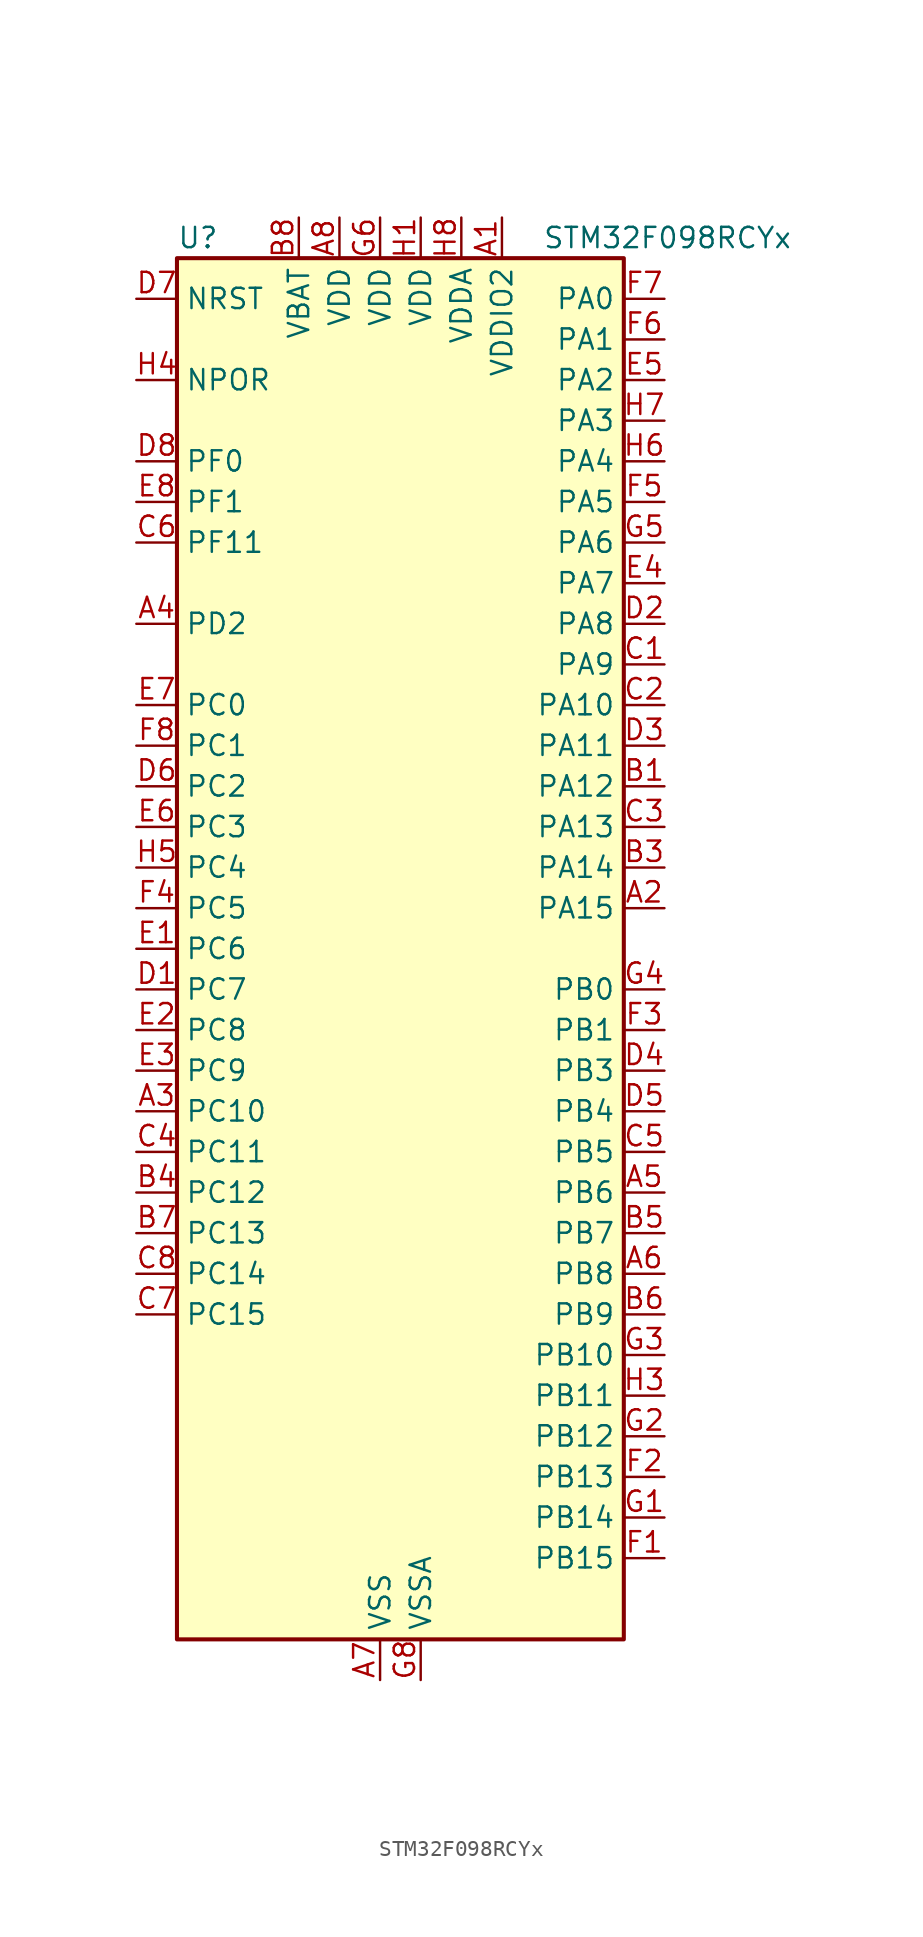
<source format=kicad_sym>
(kicad_symbol_lib
  (version 20220914)
  (generator kicad_symbol_editor)
  (symbol "STM32F098RCYx"
    (property "Reference" "U"
      (at -12.7 44.45 0)
      (effects (font (size 1.27 1.27)) (justify left)))
    (property "Value" "STM32F098RCYx"
      (at 10.16 44.45 0)
      (effects (font (size 1.27 1.27)) (justify left)))
    (property "ki_locked" ""
      (at 0 0 0)
      (effects (font (size 1.27 1.27))))
    (symbol "STM32F098RCYx_0_1"
      (rectangle (start -12.7 -43.18) (end 15.24 43.18) (stroke (width 0.254) (type default)) (fill (type background))))
    (symbol "STM32F098RCYx_1_1"
      (pin power_in line (at 7.62 45.72 270) (length 2.54) (name "VDDIO2" (effects (font (size 1.27 1.27)))) (number "A1" (effects (font (size 1.27 1.27)))))
      (pin bidirectional line (at 17.78 2.54 180) (length 2.54) (name "PA15" (effects (font (size 1.27 1.27)))) (number "A2" (effects (font (size 1.27 1.27)))) (alternate "I2S1_WS" bidirectional line) (alternate "SPI1_NSS" bidirectional line) (alternate "TIM2_CH1" bidirectional line) (alternate "TIM2_ETR" bidirectional line) (alternate "USART2_RX" bidirectional line) (alternate "USART4_DE" bidirectional line) (alternate "USART4_RTS" bidirectional line))
      (pin bidirectional line (at -15.24 -10.16 0) (length 2.54) (name "PC10" (effects (font (size 1.27 1.27)))) (number "A3" (effects (font (size 1.27 1.27)))) (alternate "USART3_TX" bidirectional line) (alternate "USART4_TX" bidirectional line))
      (pin bidirectional line (at -15.24 20.32 0) (length 2.54) (name "PD2" (effects (font (size 1.27 1.27)))) (number "A4" (effects (font (size 1.27 1.27)))) (alternate "TIM3_ETR" bidirectional line) (alternate "USART3_DE" bidirectional line) (alternate "USART3_RTS" bidirectional line) (alternate "USART5_RX" bidirectional line))
      (pin bidirectional line (at 17.78 -15.24 180) (length 2.54) (name "PB6" (effects (font (size 1.27 1.27)))) (number "A5" (effects (font (size 1.27 1.27)))) (alternate "I2C1_SCL" bidirectional line) (alternate "TIM16_CH1N" bidirectional line) (alternate "TSC_G5_IO3" bidirectional line) (alternate "USART1_TX" bidirectional line))
      (pin bidirectional line (at 17.78 -20.32 180) (length 2.54) (name "PB8" (effects (font (size 1.27 1.27)))) (number "A6" (effects (font (size 1.27 1.27)))) (alternate "CAN_RX" bidirectional line) (alternate "CEC" bidirectional line) (alternate "I2C1_SCL" bidirectional line) (alternate "TIM16_CH1" bidirectional line) (alternate "TSC_SYNC" bidirectional line))
      (pin power_in line (at 0 -45.72 90) (length 2.54) (name "VSS" (effects (font (size 1.27 1.27)))) (number "A7" (effects (font (size 1.27 1.27)))))
      (pin power_in line (at -2.54 45.72 270) (length 2.54) (name "VDD" (effects (font (size 1.27 1.27)))) (number "A8" (effects (font (size 1.27 1.27)))))
      (pin bidirectional line (at 17.78 10.16 180) (length 2.54) (name "PA12" (effects (font (size 1.27 1.27)))) (number "B1" (effects (font (size 1.27 1.27)))) (alternate "CAN_TX" bidirectional line) (alternate "COMP2_OUT" bidirectional line) (alternate "I2C2_SDA" bidirectional line) (alternate "TIM1_ETR" bidirectional line) (alternate "TSC_G4_IO4" bidirectional line) (alternate "USART1_DE" bidirectional line) (alternate "USART1_RTS" bidirectional line))
      (pin passive line (at 0 -45.72 90) (length 2.54) hide (name "VSS" (effects (font (size 1.27 1.27)))) (number "B2" (effects (font (size 1.27 1.27)))))
      (pin bidirectional line (at 17.78 5.08 180) (length 2.54) (name "PA14" (effects (font (size 1.27 1.27)))) (number "B3" (effects (font (size 1.27 1.27)))) (alternate "SYS_SWCLK" bidirectional line) (alternate "USART2_TX" bidirectional line))
      (pin bidirectional line (at -15.24 -15.24 0) (length 2.54) (name "PC12" (effects (font (size 1.27 1.27)))) (number "B4" (effects (font (size 1.27 1.27)))) (alternate "USART3_CK" bidirectional line) (alternate "USART4_CK" bidirectional line) (alternate "USART5_TX" bidirectional line))
      (pin bidirectional line (at 17.78 -17.78 180) (length 2.54) (name "PB7" (effects (font (size 1.27 1.27)))) (number "B5" (effects (font (size 1.27 1.27)))) (alternate "I2C1_SDA" bidirectional line) (alternate "TIM17_CH1N" bidirectional line) (alternate "TSC_G5_IO4" bidirectional line) (alternate "USART1_RX" bidirectional line) (alternate "USART4_CTS" bidirectional line))
      (pin bidirectional line (at 17.78 -22.86 180) (length 2.54) (name "PB9" (effects (font (size 1.27 1.27)))) (number "B6" (effects (font (size 1.27 1.27)))) (alternate "CAN_TX" bidirectional line) (alternate "DAC_EXTI9" bidirectional line) (alternate "I2C1_SDA" bidirectional line) (alternate "I2S2_WS" bidirectional line) (alternate "IR_OUT" bidirectional line) (alternate "SPI2_NSS" bidirectional line) (alternate "TIM17_CH1" bidirectional line))
      (pin bidirectional line (at -15.24 -17.78 0) (length 2.54) (name "PC13" (effects (font (size 1.27 1.27)))) (number "B7" (effects (font (size 1.27 1.27)))) (alternate "RTC_OUT_ALARM" bidirectional line) (alternate "RTC_OUT_CALIB" bidirectional line) (alternate "RTC_TAMP1" bidirectional line) (alternate "RTC_TS" bidirectional line) (alternate "SYS_WKUP2" bidirectional line))
      (pin power_in line (at -5.08 45.72 270) (length 2.54) (name "VBAT" (effects (font (size 1.27 1.27)))) (number "B8" (effects (font (size 1.27 1.27)))))
      (pin bidirectional line (at 17.78 17.78 180) (length 2.54) (name "PA9" (effects (font (size 1.27 1.27)))) (number "C1" (effects (font (size 1.27 1.27)))) (alternate "DAC_EXTI9" bidirectional line) (alternate "I2C1_SCL" bidirectional line) (alternate "RCC_MCO" bidirectional line) (alternate "TIM15_BKIN" bidirectional line) (alternate "TIM1_CH2" bidirectional line) (alternate "TSC_G4_IO1" bidirectional line) (alternate "USART1_TX" bidirectional line))
      (pin bidirectional line (at 17.78 15.24 180) (length 2.54) (name "PA10" (effects (font (size 1.27 1.27)))) (number "C2" (effects (font (size 1.27 1.27)))) (alternate "I2C1_SDA" bidirectional line) (alternate "TIM17_BKIN" bidirectional line) (alternate "TIM1_CH3" bidirectional line) (alternate "TSC_G4_IO2" bidirectional line) (alternate "USART1_RX" bidirectional line))
      (pin bidirectional line (at 17.78 7.62 180) (length 2.54) (name "PA13" (effects (font (size 1.27 1.27)))) (number "C3" (effects (font (size 1.27 1.27)))) (alternate "IR_OUT" bidirectional line) (alternate "SYS_SWDIO" bidirectional line))
      (pin bidirectional line (at -15.24 -12.7 0) (length 2.54) (name "PC11" (effects (font (size 1.27 1.27)))) (number "C4" (effects (font (size 1.27 1.27)))) (alternate "USART3_RX" bidirectional line) (alternate "USART4_RX" bidirectional line))
      (pin bidirectional line (at 17.78 -12.7 180) (length 2.54) (name "PB5" (effects (font (size 1.27 1.27)))) (number "C5" (effects (font (size 1.27 1.27)))) (alternate "I2C1_SMBA" bidirectional line) (alternate "I2S1_SD" bidirectional line) (alternate "SPI1_MOSI" bidirectional line) (alternate "SYS_WKUP6" bidirectional line) (alternate "TIM16_BKIN" bidirectional line) (alternate "TIM3_CH2" bidirectional line) (alternate "USART5_CK" bidirectional line) (alternate "USART5_DE" bidirectional line) (alternate "USART5_RTS" bidirectional line))
      (pin bidirectional line (at -15.24 25.4 0) (length 2.54) (name "PF11" (effects (font (size 1.27 1.27)))) (number "C6" (effects (font (size 1.27 1.27)))))
      (pin bidirectional line (at -15.24 -22.86 0) (length 2.54) (name "PC15" (effects (font (size 1.27 1.27)))) (number "C7" (effects (font (size 1.27 1.27)))) (alternate "RCC_OSC32_OUT" bidirectional line))
      (pin bidirectional line (at -15.24 -20.32 0) (length 2.54) (name "PC14" (effects (font (size 1.27 1.27)))) (number "C8" (effects (font (size 1.27 1.27)))) (alternate "RCC_OSC32_IN" bidirectional line))
      (pin bidirectional line (at -15.24 -2.54 0) (length 2.54) (name "PC7" (effects (font (size 1.27 1.27)))) (number "D1" (effects (font (size 1.27 1.27)))) (alternate "TIM3_CH2" bidirectional line) (alternate "USART7_RX" bidirectional line))
      (pin bidirectional line (at 17.78 20.32 180) (length 2.54) (name "PA8" (effects (font (size 1.27 1.27)))) (number "D2" (effects (font (size 1.27 1.27)))) (alternate "CRS_SYNC" bidirectional line) (alternate "RCC_MCO" bidirectional line) (alternate "TIM1_CH1" bidirectional line) (alternate "USART1_CK" bidirectional line))
      (pin bidirectional line (at 17.78 12.7 180) (length 2.54) (name "PA11" (effects (font (size 1.27 1.27)))) (number "D3" (effects (font (size 1.27 1.27)))) (alternate "CAN_RX" bidirectional line) (alternate "COMP1_OUT" bidirectional line) (alternate "I2C2_SCL" bidirectional line) (alternate "TIM1_CH4" bidirectional line) (alternate "TSC_G4_IO3" bidirectional line) (alternate "USART1_CTS" bidirectional line))
      (pin bidirectional line (at 17.78 -7.62 180) (length 2.54) (name "PB3" (effects (font (size 1.27 1.27)))) (number "D4" (effects (font (size 1.27 1.27)))) (alternate "I2S1_CK" bidirectional line) (alternate "SPI1_SCK" bidirectional line) (alternate "TIM2_CH2" bidirectional line) (alternate "TSC_G5_IO1" bidirectional line) (alternate "USART5_TX" bidirectional line))
      (pin bidirectional line (at 17.78 -10.16 180) (length 2.54) (name "PB4" (effects (font (size 1.27 1.27)))) (number "D5" (effects (font (size 1.27 1.27)))) (alternate "I2S1_MCK" bidirectional line) (alternate "SPI1_MISO" bidirectional line) (alternate "TIM17_BKIN" bidirectional line) (alternate "TIM3_CH1" bidirectional line) (alternate "TSC_G5_IO2" bidirectional line) (alternate "USART5_RX" bidirectional line))
      (pin bidirectional line (at -15.24 10.16 0) (length 2.54) (name "PC2" (effects (font (size 1.27 1.27)))) (number "D6" (effects (font (size 1.27 1.27)))) (alternate "ADC_IN12" bidirectional line) (alternate "I2S2_MCK" bidirectional line) (alternate "SPI2_MISO" bidirectional line) (alternate "USART8_TX" bidirectional line))
      (pin input line (at -15.24 40.64 0) (length 2.54) (name "NRST" (effects (font (size 1.27 1.27)))) (number "D7" (effects (font (size 1.27 1.27)))))
      (pin bidirectional line (at -15.24 30.48 0) (length 2.54) (name "PF0" (effects (font (size 1.27 1.27)))) (number "D8" (effects (font (size 1.27 1.27)))) (alternate "CRS_SYNC" bidirectional line) (alternate "I2C1_SDA" bidirectional line) (alternate "RCC_OSC_IN" bidirectional line))
      (pin bidirectional line (at -15.24 0 0) (length 2.54) (name "PC6" (effects (font (size 1.27 1.27)))) (number "E1" (effects (font (size 1.27 1.27)))) (alternate "TIM3_CH1" bidirectional line) (alternate "USART7_TX" bidirectional line))
      (pin bidirectional line (at -15.24 -5.08 0) (length 2.54) (name "PC8" (effects (font (size 1.27 1.27)))) (number "E2" (effects (font (size 1.27 1.27)))) (alternate "TIM3_CH3" bidirectional line) (alternate "USART8_TX" bidirectional line))
      (pin bidirectional line (at -15.24 -7.62 0) (length 2.54) (name "PC9" (effects (font (size 1.27 1.27)))) (number "E3" (effects (font (size 1.27 1.27)))) (alternate "DAC_EXTI9" bidirectional line) (alternate "TIM3_CH4" bidirectional line) (alternate "USART8_RX" bidirectional line))
      (pin bidirectional line (at 17.78 22.86 180) (length 2.54) (name "PA7" (effects (font (size 1.27 1.27)))) (number "E4" (effects (font (size 1.27 1.27)))) (alternate "ADC_IN7" bidirectional line) (alternate "COMP2_OUT" bidirectional line) (alternate "I2S1_SD" bidirectional line) (alternate "SPI1_MOSI" bidirectional line) (alternate "TIM14_CH1" bidirectional line) (alternate "TIM17_CH1" bidirectional line) (alternate "TIM1_CH1N" bidirectional line) (alternate "TIM3_CH2" bidirectional line) (alternate "TSC_G2_IO4" bidirectional line))
      (pin bidirectional line (at 17.78 35.56 180) (length 2.54) (name "PA2" (effects (font (size 1.27 1.27)))) (number "E5" (effects (font (size 1.27 1.27)))) (alternate "ADC_IN2" bidirectional line) (alternate "COMP2_INM" bidirectional line) (alternate "COMP2_OUT" bidirectional line) (alternate "SYS_WKUP4" bidirectional line) (alternate "TIM15_CH1" bidirectional line) (alternate "TIM2_CH3" bidirectional line) (alternate "TSC_G1_IO3" bidirectional line) (alternate "USART2_TX" bidirectional line))
      (pin bidirectional line (at -15.24 7.62 0) (length 2.54) (name "PC3" (effects (font (size 1.27 1.27)))) (number "E6" (effects (font (size 1.27 1.27)))) (alternate "ADC_IN13" bidirectional line) (alternate "I2S2_SD" bidirectional line) (alternate "SPI2_MOSI" bidirectional line) (alternate "USART8_RX" bidirectional line))
      (pin bidirectional line (at -15.24 15.24 0) (length 2.54) (name "PC0" (effects (font (size 1.27 1.27)))) (number "E7" (effects (font (size 1.27 1.27)))) (alternate "ADC_IN10" bidirectional line) (alternate "USART6_TX" bidirectional line) (alternate "USART7_TX" bidirectional line))
      (pin bidirectional line (at -15.24 27.94 0) (length 2.54) (name "PF1" (effects (font (size 1.27 1.27)))) (number "E8" (effects (font (size 1.27 1.27)))) (alternate "I2C1_SCL" bidirectional line) (alternate "RCC_OSC_OUT" bidirectional line))
      (pin bidirectional line (at 17.78 -38.1 180) (length 2.54) (name "PB15" (effects (font (size 1.27 1.27)))) (number "F1" (effects (font (size 1.27 1.27)))) (alternate "I2S2_SD" bidirectional line) (alternate "RTC_REFIN" bidirectional line) (alternate "SPI2_MOSI" bidirectional line) (alternate "SYS_WKUP7" bidirectional line) (alternate "TIM15_CH1N" bidirectional line) (alternate "TIM15_CH2" bidirectional line) (alternate "TIM1_CH3N" bidirectional line))
      (pin bidirectional line (at 17.78 -33.02 180) (length 2.54) (name "PB13" (effects (font (size 1.27 1.27)))) (number "F2" (effects (font (size 1.27 1.27)))) (alternate "I2C2_SCL" bidirectional line) (alternate "I2S2_CK" bidirectional line) (alternate "SPI2_SCK" bidirectional line) (alternate "TIM1_CH1N" bidirectional line) (alternate "TSC_G6_IO3" bidirectional line) (alternate "USART3_CTS" bidirectional line))
      (pin bidirectional line (at 17.78 -5.08 180) (length 2.54) (name "PB1" (effects (font (size 1.27 1.27)))) (number "F3" (effects (font (size 1.27 1.27)))) (alternate "ADC_IN9" bidirectional line) (alternate "TIM14_CH1" bidirectional line) (alternate "TIM1_CH3N" bidirectional line) (alternate "TIM3_CH4" bidirectional line) (alternate "TSC_G3_IO3" bidirectional line) (alternate "USART3_DE" bidirectional line) (alternate "USART3_RTS" bidirectional line))
      (pin bidirectional line (at -15.24 2.54 0) (length 2.54) (name "PC5" (effects (font (size 1.27 1.27)))) (number "F4" (effects (font (size 1.27 1.27)))) (alternate "ADC_IN15" bidirectional line) (alternate "SYS_WKUP5" bidirectional line) (alternate "TSC_G3_IO1" bidirectional line) (alternate "USART3_RX" bidirectional line))
      (pin bidirectional line (at 17.78 27.94 180) (length 2.54) (name "PA5" (effects (font (size 1.27 1.27)))) (number "F5" (effects (font (size 1.27 1.27)))) (alternate "ADC_IN5" bidirectional line) (alternate "CEC" bidirectional line) (alternate "COMP1_INM" bidirectional line) (alternate "COMP2_INM" bidirectional line) (alternate "DAC_OUT2" bidirectional line) (alternate "I2S1_CK" bidirectional line) (alternate "SPI1_SCK" bidirectional line) (alternate "TIM2_CH1" bidirectional line) (alternate "TIM2_ETR" bidirectional line) (alternate "TSC_G2_IO2" bidirectional line) (alternate "USART6_RX" bidirectional line))
      (pin bidirectional line (at 17.78 38.1 180) (length 2.54) (name "PA1" (effects (font (size 1.27 1.27)))) (number "F6" (effects (font (size 1.27 1.27)))) (alternate "ADC_IN1" bidirectional line) (alternate "COMP1_INP" bidirectional line) (alternate "TIM15_CH1N" bidirectional line) (alternate "TIM2_CH2" bidirectional line) (alternate "TSC_G1_IO2" bidirectional line) (alternate "USART2_DE" bidirectional line) (alternate "USART2_RTS" bidirectional line) (alternate "USART4_RX" bidirectional line))
      (pin bidirectional line (at 17.78 40.64 180) (length 2.54) (name "PA0" (effects (font (size 1.27 1.27)))) (number "F7" (effects (font (size 1.27 1.27)))) (alternate "ADC_IN0" bidirectional line) (alternate "COMP1_INM" bidirectional line) (alternate "COMP1_OUT" bidirectional line) (alternate "RTC_TAMP2" bidirectional line) (alternate "SYS_WKUP1" bidirectional line) (alternate "TIM2_CH1" bidirectional line) (alternate "TIM2_ETR" bidirectional line) (alternate "TSC_G1_IO1" bidirectional line) (alternate "USART2_CTS" bidirectional line) (alternate "USART4_TX" bidirectional line))
      (pin bidirectional line (at -15.24 12.7 0) (length 2.54) (name "PC1" (effects (font (size 1.27 1.27)))) (number "F8" (effects (font (size 1.27 1.27)))) (alternate "ADC_IN11" bidirectional line) (alternate "USART6_RX" bidirectional line) (alternate "USART7_RX" bidirectional line))
      (pin bidirectional line (at 17.78 -35.56 180) (length 2.54) (name "PB14" (effects (font (size 1.27 1.27)))) (number "G1" (effects (font (size 1.27 1.27)))) (alternate "I2C2_SDA" bidirectional line) (alternate "I2S2_MCK" bidirectional line) (alternate "SPI2_MISO" bidirectional line) (alternate "TIM15_CH1" bidirectional line) (alternate "TIM1_CH2N" bidirectional line) (alternate "TSC_G6_IO4" bidirectional line) (alternate "USART3_DE" bidirectional line) (alternate "USART3_RTS" bidirectional line))
      (pin bidirectional line (at 17.78 -30.48 180) (length 2.54) (name "PB12" (effects (font (size 1.27 1.27)))) (number "G2" (effects (font (size 1.27 1.27)))) (alternate "I2S2_WS" bidirectional line) (alternate "SPI2_NSS" bidirectional line) (alternate "TIM15_BKIN" bidirectional line) (alternate "TIM1_BKIN" bidirectional line) (alternate "TSC_G6_IO2" bidirectional line) (alternate "USART3_CK" bidirectional line))
      (pin bidirectional line (at 17.78 -25.4 180) (length 2.54) (name "PB10" (effects (font (size 1.27 1.27)))) (number "G3" (effects (font (size 1.27 1.27)))) (alternate "CEC" bidirectional line) (alternate "I2C2_SCL" bidirectional line) (alternate "I2S2_CK" bidirectional line) (alternate "SPI2_SCK" bidirectional line) (alternate "TIM2_CH3" bidirectional line) (alternate "TSC_SYNC" bidirectional line) (alternate "USART3_TX" bidirectional line))
      (pin bidirectional line (at 17.78 -2.54 180) (length 2.54) (name "PB0" (effects (font (size 1.27 1.27)))) (number "G4" (effects (font (size 1.27 1.27)))) (alternate "ADC_IN8" bidirectional line) (alternate "TIM1_CH2N" bidirectional line) (alternate "TIM3_CH3" bidirectional line) (alternate "TSC_G3_IO2" bidirectional line) (alternate "USART3_CK" bidirectional line))
      (pin bidirectional line (at 17.78 25.4 180) (length 2.54) (name "PA6" (effects (font (size 1.27 1.27)))) (number "G5" (effects (font (size 1.27 1.27)))) (alternate "ADC_IN6" bidirectional line) (alternate "COMP1_OUT" bidirectional line) (alternate "I2S1_MCK" bidirectional line) (alternate "SPI1_MISO" bidirectional line) (alternate "TIM16_CH1" bidirectional line) (alternate "TIM1_BKIN" bidirectional line) (alternate "TIM3_CH1" bidirectional line) (alternate "TSC_G2_IO3" bidirectional line) (alternate "USART3_CTS" bidirectional line))
      (pin power_in line (at 0 45.72 270) (length 2.54) (name "VDD" (effects (font (size 1.27 1.27)))) (number "G6" (effects (font (size 1.27 1.27)))))
      (pin passive line (at 0 -45.72 90) (length 2.54) hide (name "VSS" (effects (font (size 1.27 1.27)))) (number "G7" (effects (font (size 1.27 1.27)))))
      (pin power_in line (at 2.54 -45.72 90) (length 2.54) (name "VSSA" (effects (font (size 1.27 1.27)))) (number "G8" (effects (font (size 1.27 1.27)))))
      (pin power_in line (at 2.54 45.72 270) (length 2.54) (name "VDD" (effects (font (size 1.27 1.27)))) (number "H1" (effects (font (size 1.27 1.27)))))
      (pin passive line (at 0 -45.72 90) (length 2.54) hide (name "VSS" (effects (font (size 1.27 1.27)))) (number "H2" (effects (font (size 1.27 1.27)))))
      (pin bidirectional line (at 17.78 -27.94 180) (length 2.54) (name "PB11" (effects (font (size 1.27 1.27)))) (number "H3" (effects (font (size 1.27 1.27)))) (alternate "I2C2_SDA" bidirectional line) (alternate "TIM2_CH4" bidirectional line) (alternate "TSC_G6_IO1" bidirectional line) (alternate "USART3_RX" bidirectional line))
      (pin input line (at -15.24 35.56 0) (length 2.54) (name "NPOR" (effects (font (size 1.27 1.27)))) (number "H4" (effects (font (size 1.27 1.27)))))
      (pin bidirectional line (at -15.24 5.08 0) (length 2.54) (name "PC4" (effects (font (size 1.27 1.27)))) (number "H5" (effects (font (size 1.27 1.27)))) (alternate "ADC_IN14" bidirectional line) (alternate "USART3_TX" bidirectional line))
      (pin bidirectional line (at 17.78 30.48 180) (length 2.54) (name "PA4" (effects (font (size 1.27 1.27)))) (number "H6" (effects (font (size 1.27 1.27)))) (alternate "ADC_IN4" bidirectional line) (alternate "COMP1_INM" bidirectional line) (alternate "COMP2_INM" bidirectional line) (alternate "DAC_OUT1" bidirectional line) (alternate "I2S1_WS" bidirectional line) (alternate "SPI1_NSS" bidirectional line) (alternate "TIM14_CH1" bidirectional line) (alternate "TSC_G2_IO1" bidirectional line) (alternate "USART2_CK" bidirectional line) (alternate "USART6_TX" bidirectional line))
      (pin bidirectional line (at 17.78 33.02 180) (length 2.54) (name "PA3" (effects (font (size 1.27 1.27)))) (number "H7" (effects (font (size 1.27 1.27)))) (alternate "ADC_IN3" bidirectional line) (alternate "COMP2_INP" bidirectional line) (alternate "TIM15_CH2" bidirectional line) (alternate "TIM2_CH4" bidirectional line) (alternate "TSC_G1_IO4" bidirectional line) (alternate "USART2_RX" bidirectional line))
      (pin power_in line (at 5.08 45.72 270) (length 2.54) (name "VDDA" (effects (font (size 1.27 1.27)))) (number "H8" (effects (font (size 1.27 1.27))))))))
</source>
